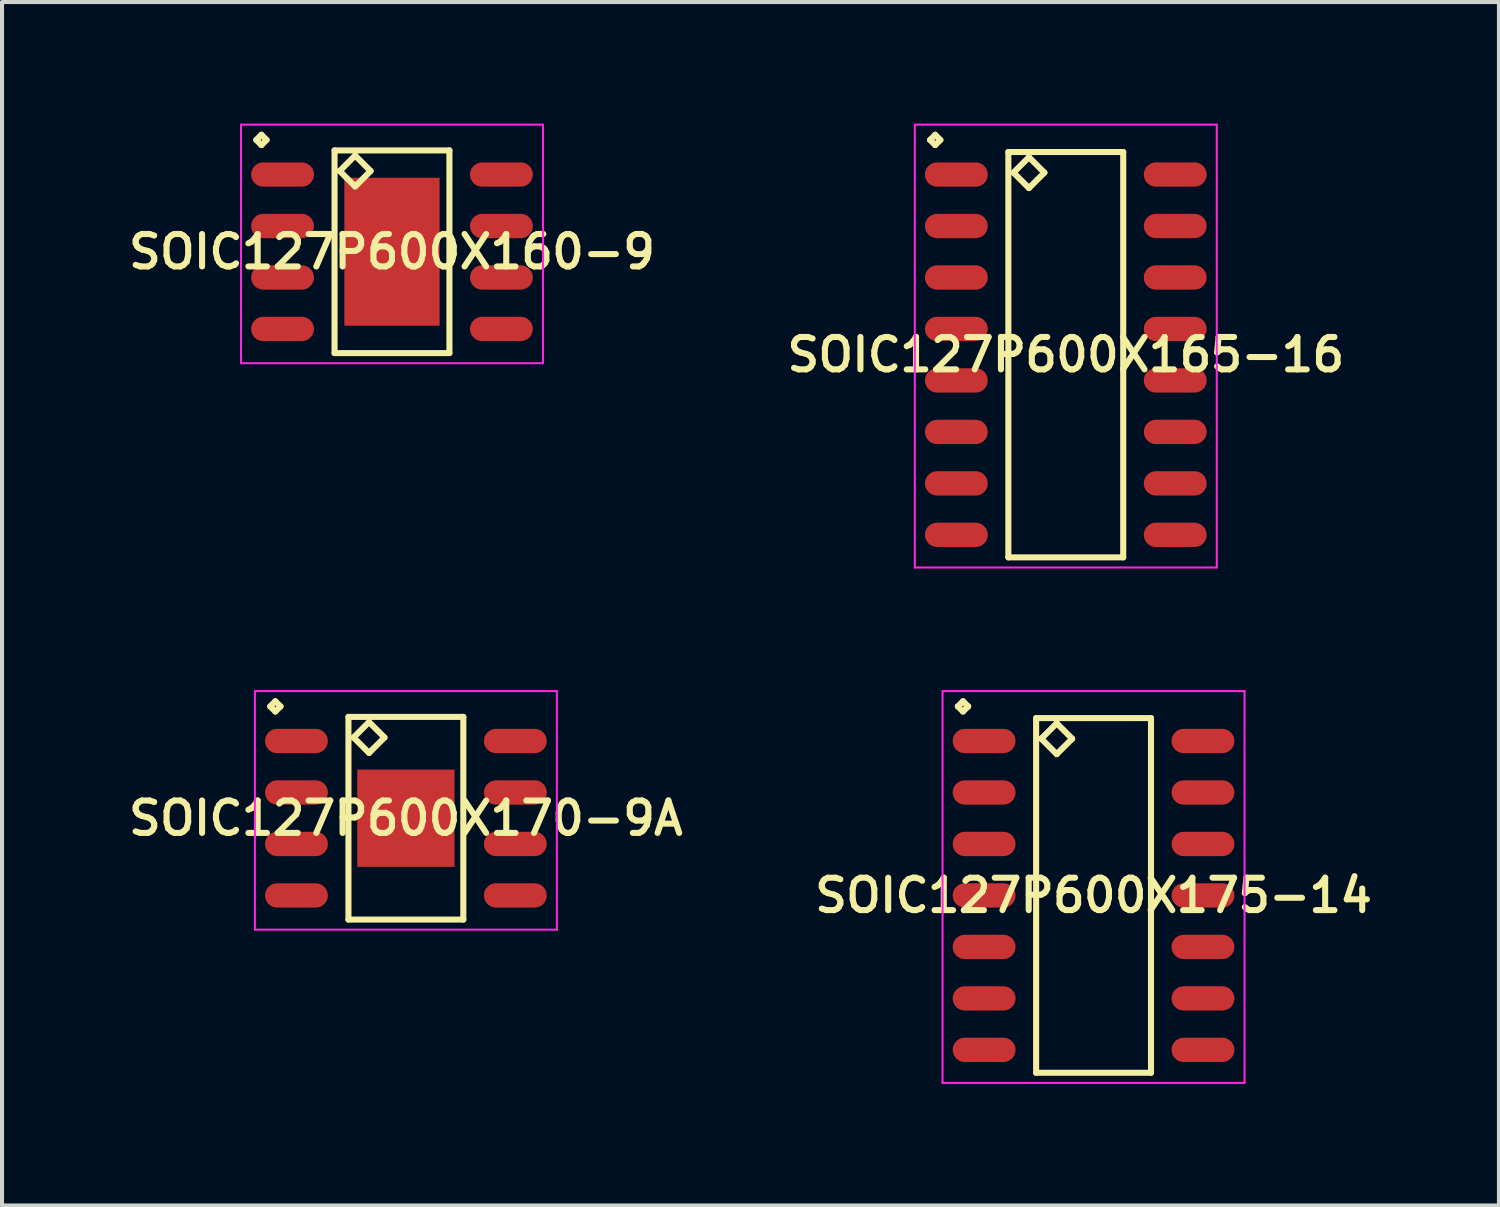
<source format=kicad_pcb>
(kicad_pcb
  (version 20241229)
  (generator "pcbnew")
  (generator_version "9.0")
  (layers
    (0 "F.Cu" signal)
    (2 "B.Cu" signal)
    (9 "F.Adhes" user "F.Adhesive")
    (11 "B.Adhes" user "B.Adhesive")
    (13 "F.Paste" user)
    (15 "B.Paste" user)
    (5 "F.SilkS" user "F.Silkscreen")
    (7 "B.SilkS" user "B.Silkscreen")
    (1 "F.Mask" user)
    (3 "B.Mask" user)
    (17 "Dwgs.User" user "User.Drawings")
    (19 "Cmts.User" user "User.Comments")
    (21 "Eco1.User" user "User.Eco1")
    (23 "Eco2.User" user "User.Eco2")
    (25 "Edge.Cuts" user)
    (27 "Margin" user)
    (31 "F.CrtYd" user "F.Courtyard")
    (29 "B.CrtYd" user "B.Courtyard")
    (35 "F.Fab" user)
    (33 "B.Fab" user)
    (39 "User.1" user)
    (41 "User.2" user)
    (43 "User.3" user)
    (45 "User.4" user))
  (footprint "SOIC127P600X165-16"
    (layer "F.Cu")
    (at 23.245 5.701)
    (property "Reference" "SOIC127P600X165-16" (at 0 0 0) (layer "F.SilkS") (effects (font (size 0.8 0.8) (thickness 0.15))))
    (attr smd)
    (fp_line (start -3.348 -5.299) (end -3.221 -5.426) (stroke (width 0.15) (type solid)) (layer "F.SilkS"))
    (fp_line (start -3.221 -5.426) (end -3.094 -5.299) (stroke (width 0.15) (type solid)) (layer "F.SilkS"))
    (fp_line (start -3.221 -5.172) (end -3.348 -5.299) (stroke (width 0.15) (type solid)) (layer "F.SilkS"))
    (fp_line (start -3.094 -5.299) (end -3.221 -5.172) (stroke (width 0.15) (type solid)) (layer "F.SilkS"))
    (fp_line (start -1.417 -5) (end -1.417 5) (stroke (width 0.15) (type solid)) (layer "F.SilkS"))
    (fp_line (start -1.417 5) (end 1.417 5) (stroke (width 0.15) (type solid)) (layer "F.SilkS"))
    (fp_line (start -1.29 -4.492) (end -0.909 -4.873) (stroke (width 0.15) (type solid)) (layer "F.SilkS"))
    (fp_line (start -0.909 -4.873) (end -0.528 -4.492) (stroke (width 0.15) (type solid)) (layer "F.SilkS"))
    (fp_line (start -0.909 -4.111) (end -1.29 -4.492) (stroke (width 0.15) (type solid)) (layer "F.SilkS"))
    (fp_line (start -0.528 -4.492) (end -0.909 -4.111) (stroke (width 0.15) (type solid)) (layer "F.SilkS"))
    (fp_line (start 1.417 -5) (end -1.417 -5) (stroke (width 0.15) (type solid)) (layer "F.SilkS"))
    (fp_line (start 1.417 5) (end 1.417 -5) (stroke (width 0.15) (type solid)) (layer "F.SilkS"))
    (fp_line (start -3.725 -5.676) (end 3.725 -5.676) (stroke (width 0.05) (type solid)) (layer "F.CrtYd"))
    (fp_line (start -3.725 5.25) (end -3.725 -5.676) (stroke (width 0.05) (type solid)) (layer "F.CrtYd"))
    (fp_line (start 3.725 -5.676) (end 3.725 5.25) (stroke (width 0.05) (type solid)) (layer "F.CrtYd"))
    (fp_line (start 3.725 5.25) (end -3.725 5.25) (stroke (width 0.05) (type solid)) (layer "F.CrtYd"))
    (pad "1" smd oval (at -2.7 -4.445) (size 1.55 0.6) (layers "F.Cu" "F.Mask" "F.Paste"))
    (pad "2" smd oval (at -2.7 -3.175) (size 1.55 0.6) (layers "F.Cu" "F.Mask" "F.Paste"))
    (pad "3" smd oval (at -2.7 -1.905) (size 1.55 0.6) (layers "F.Cu" "F.Mask" "F.Paste"))
    (pad "4" smd oval (at -2.7 -0.635) (size 1.55 0.6) (layers "F.Cu" "F.Mask" "F.Paste"))
    (pad "5" smd oval (at -2.7 0.635) (size 1.55 0.6) (layers "F.Cu" "F.Mask" "F.Paste"))
    (pad "6" smd oval (at -2.7 1.905) (size 1.55 0.6) (layers "F.Cu" "F.Mask" "F.Paste"))
    (pad "7" smd oval (at -2.7 3.175) (size 1.55 0.6) (layers "F.Cu" "F.Mask" "F.Paste"))
    (pad "8" smd oval (at -2.7 4.445) (size 1.55 0.6) (layers "F.Cu" "F.Mask" "F.Paste"))
    (pad "9" smd oval (at 2.7 4.445) (size 1.55 0.6) (layers "F.Cu" "F.Mask" "F.Paste"))
    (pad "10" smd oval (at 2.7 3.175) (size 1.55 0.6) (layers "F.Cu" "F.Mask" "F.Paste"))
    (pad "11" smd oval (at 2.7 1.905) (size 1.55 0.6) (layers "F.Cu" "F.Mask" "F.Paste"))
    (pad "12" smd oval (at 2.7 0.635) (size 1.55 0.6) (layers "F.Cu" "F.Mask" "F.Paste"))
    (pad "13" smd oval (at 2.7 -0.635) (size 1.55 0.6) (layers "F.Cu" "F.Mask" "F.Paste"))
    (pad "14" smd oval (at 2.7 -1.905) (size 1.55 0.6) (layers "F.Cu" "F.Mask" "F.Paste"))
    (pad "15" smd oval (at 2.7 -3.175) (size 1.55 0.6) (layers "F.Cu" "F.Mask" "F.Paste"))
    (pad "16" smd oval (at 2.7 -4.445) (size 1.55 0.6) (layers "F.Cu" "F.Mask" "F.Paste")))
  (footprint "SOIC127P600X170-9A"
    (layer "F.Cu")
    (at 6.964 17.137)
    (property "Reference" "SOIC127P600X170-9A" (at 0 0 0) (layer "F.SilkS") (effects (font (size 0.8 0.8) (thickness 0.15))))
    (attr smd)
    (fp_line (start -3.348 -2.759) (end -3.221 -2.886) (stroke (width 0.15) (type solid)) (layer "F.SilkS"))
    (fp_line (start -3.221 -2.886) (end -3.094 -2.759) (stroke (width 0.15) (type solid)) (layer "F.SilkS"))
    (fp_line (start -3.221 -2.632) (end -3.348 -2.759) (stroke (width 0.15) (type solid)) (layer "F.SilkS"))
    (fp_line (start -3.094 -2.759) (end -3.221 -2.632) (stroke (width 0.15) (type solid)) (layer "F.SilkS"))
    (fp_line (start -1.417 -2.5) (end -1.417 2.5) (stroke (width 0.15) (type solid)) (layer "F.SilkS"))
    (fp_line (start -1.417 2.5) (end 1.417 2.5) (stroke (width 0.15) (type solid)) (layer "F.SilkS"))
    (fp_line (start -1.29 -1.992) (end -0.909 -2.373) (stroke (width 0.15) (type solid)) (layer "F.SilkS"))
    (fp_line (start -0.909 -2.373) (end -0.528 -1.992) (stroke (width 0.15) (type solid)) (layer "F.SilkS"))
    (fp_line (start -0.909 -1.611) (end -1.29 -1.992) (stroke (width 0.15) (type solid)) (layer "F.SilkS"))
    (fp_line (start -0.528 -1.992) (end -0.909 -1.611) (stroke (width 0.15) (type solid)) (layer "F.SilkS"))
    (fp_line (start 1.417 -2.5) (end -1.417 -2.5) (stroke (width 0.15) (type solid)) (layer "F.SilkS"))
    (fp_line (start 1.417 2.5) (end 1.417 -2.5) (stroke (width 0.15) (type solid)) (layer "F.SilkS"))
    (fp_line (start -3.725 -3.136) (end 3.725 -3.136) (stroke (width 0.05) (type solid)) (layer "F.CrtYd"))
    (fp_line (start -3.725 2.75) (end -3.725 -3.136) (stroke (width 0.05) (type solid)) (layer "F.CrtYd"))
    (fp_line (start 3.725 -3.136) (end 3.725 2.75) (stroke (width 0.05) (type solid)) (layer "F.CrtYd"))
    (fp_line (start 3.725 2.75) (end -3.725 2.75) (stroke (width 0.05) (type solid)) (layer "F.CrtYd"))
    (pad "1" smd oval (at -2.7 -1.905) (size 1.55 0.6) (layers "F.Cu" "F.Mask" "F.Paste"))
    (pad "2" smd oval (at -2.7 -0.635) (size 1.55 0.6) (layers "F.Cu" "F.Mask" "F.Paste"))
    (pad "3" smd oval (at -2.7 0.635) (size 1.55 0.6) (layers "F.Cu" "F.Mask" "F.Paste"))
    (pad "4" smd oval (at -2.7 1.905) (size 1.55 0.6) (layers "F.Cu" "F.Mask" "F.Paste"))
    (pad "5" smd oval (at 2.7 1.905) (size 1.55 0.6) (layers "F.Cu" "F.Mask" "F.Paste"))
    (pad "6" smd oval (at 2.7 0.635) (size 1.55 0.6) (layers "F.Cu" "F.Mask" "F.Paste"))
    (pad "7" smd oval (at 2.7 -0.635) (size 1.55 0.6) (layers "F.Cu" "F.Mask" "F.Paste"))
    (pad "8" smd oval (at 2.7 -1.905) (size 1.55 0.6) (layers "F.Cu" "F.Mask" "F.Paste"))
    (pad "9" smd rect (at 0 0) (size 2.4 2.4) (layers "F.Cu" "F.Mask" "F.Paste")))
  (footprint "SOIC127P600X175-14"
    (layer "F.Cu")
    (at 23.93 19.042)
    (property "Reference" "SOIC127P600X175-14" (at 0 0 0) (layer "F.SilkS") (effects (font (size 0.8 0.8) (thickness 0.15))))
    (attr smd)
    (fp_line (start -3.348 -4.664) (end -3.221 -4.791) (stroke (width 0.15) (type solid)) (layer "F.SilkS"))
    (fp_line (start -3.221 -4.791) (end -3.094 -4.664) (stroke (width 0.15) (type solid)) (layer "F.SilkS"))
    (fp_line (start -3.221 -4.537) (end -3.348 -4.664) (stroke (width 0.15) (type solid)) (layer "F.SilkS"))
    (fp_line (start -3.094 -4.664) (end -3.221 -4.537) (stroke (width 0.15) (type solid)) (layer "F.SilkS"))
    (fp_line (start -1.417 -4.375) (end -1.417 4.375) (stroke (width 0.15) (type solid)) (layer "F.SilkS"))
    (fp_line (start -1.417 4.375) (end 1.417 4.375) (stroke (width 0.15) (type solid)) (layer "F.SilkS"))
    (fp_line (start -1.29 -3.867) (end -0.909 -4.248) (stroke (width 0.15) (type solid)) (layer "F.SilkS"))
    (fp_line (start -0.909 -4.248) (end -0.528 -3.867) (stroke (width 0.15) (type solid)) (layer "F.SilkS"))
    (fp_line (start -0.909 -3.486) (end -1.29 -3.867) (stroke (width 0.15) (type solid)) (layer "F.SilkS"))
    (fp_line (start -0.528 -3.867) (end -0.909 -3.486) (stroke (width 0.15) (type solid)) (layer "F.SilkS"))
    (fp_line (start 1.417 -4.375) (end -1.417 -4.375) (stroke (width 0.15) (type solid)) (layer "F.SilkS"))
    (fp_line (start 1.417 4.375) (end 1.417 -4.375) (stroke (width 0.15) (type solid)) (layer "F.SilkS"))
    (fp_line (start -3.725 -5.041) (end 3.725 -5.041) (stroke (width 0.05) (type solid)) (layer "F.CrtYd"))
    (fp_line (start -3.725 4.625) (end -3.725 -5.041) (stroke (width 0.05) (type solid)) (layer "F.CrtYd"))
    (fp_line (start 3.725 -5.041) (end 3.725 4.625) (stroke (width 0.05) (type solid)) (layer "F.CrtYd"))
    (fp_line (start 3.725 4.625) (end -3.725 4.625) (stroke (width 0.05) (type solid)) (layer "F.CrtYd"))
    (pad "1" smd oval (at -2.7 -3.81) (size 1.55 0.6) (layers "F.Cu" "F.Mask" "F.Paste"))
    (pad "2" smd oval (at -2.7 -2.54) (size 1.55 0.6) (layers "F.Cu" "F.Mask" "F.Paste"))
    (pad "3" smd oval (at -2.7 -1.27) (size 1.55 0.6) (layers "F.Cu" "F.Mask" "F.Paste"))
    (pad "4" smd oval (at -2.7 0) (size 1.55 0.6) (layers "F.Cu" "F.Mask" "F.Paste"))
    (pad "5" smd oval (at -2.7 1.27) (size 1.55 0.6) (layers "F.Cu" "F.Mask" "F.Paste"))
    (pad "6" smd oval (at -2.7 2.54) (size 1.55 0.6) (layers "F.Cu" "F.Mask" "F.Paste"))
    (pad "7" smd oval (at -2.7 3.81) (size 1.55 0.6) (layers "F.Cu" "F.Mask" "F.Paste"))
    (pad "8" smd oval (at 2.7 3.81) (size 1.55 0.6) (layers "F.Cu" "F.Mask" "F.Paste"))
    (pad "9" smd oval (at 2.7 2.54) (size 1.55 0.6) (layers "F.Cu" "F.Mask" "F.Paste"))
    (pad "10" smd oval (at 2.7 1.27) (size 1.55 0.6) (layers "F.Cu" "F.Mask" "F.Paste"))
    (pad "11" smd oval (at 2.7 0) (size 1.55 0.6) (layers "F.Cu" "F.Mask" "F.Paste"))
    (pad "12" smd oval (at 2.7 -1.27) (size 1.55 0.6) (layers "F.Cu" "F.Mask" "F.Paste"))
    (pad "13" smd oval (at 2.7 -2.54) (size 1.55 0.6) (layers "F.Cu" "F.Mask" "F.Paste"))
    (pad "14" smd oval (at 2.7 -3.81) (size 1.55 0.6) (layers "F.Cu" "F.Mask" "F.Paste")))
  (footprint "SOIC127P600X160-9"
    (layer "F.Cu")
    (at 6.621 3.161)
    (property "Reference" "SOIC127P600X160-9" (at 0 0 0) (layer "F.SilkS") (effects (font (size 0.8 0.8) (thickness 0.15))))
    (attr smd)
    (fp_line (start -3.348 -2.759) (end -3.221 -2.886) (stroke (width 0.15) (type solid)) (layer "F.SilkS"))
    (fp_line (start -3.221 -2.886) (end -3.094 -2.759) (stroke (width 0.15) (type solid)) (layer "F.SilkS"))
    (fp_line (start -3.221 -2.632) (end -3.348 -2.759) (stroke (width 0.15) (type solid)) (layer "F.SilkS"))
    (fp_line (start -3.094 -2.759) (end -3.221 -2.632) (stroke (width 0.15) (type solid)) (layer "F.SilkS"))
    (fp_line (start -1.417 -2.5) (end -1.417 2.5) (stroke (width 0.15) (type solid)) (layer "F.SilkS"))
    (fp_line (start -1.417 2.5) (end 1.417 2.5) (stroke (width 0.15) (type solid)) (layer "F.SilkS"))
    (fp_line (start -1.29 -1.992) (end -0.909 -2.373) (stroke (width 0.15) (type solid)) (layer "F.SilkS"))
    (fp_line (start -0.909 -2.373) (end -0.528 -1.992) (stroke (width 0.15) (type solid)) (layer "F.SilkS"))
    (fp_line (start -0.909 -1.611) (end -1.29 -1.992) (stroke (width 0.15) (type solid)) (layer "F.SilkS"))
    (fp_line (start -0.528 -1.992) (end -0.909 -1.611) (stroke (width 0.15) (type solid)) (layer "F.SilkS"))
    (fp_line (start 1.417 -2.5) (end -1.417 -2.5) (stroke (width 0.15) (type solid)) (layer "F.SilkS"))
    (fp_line (start 1.417 2.5) (end 1.417 -2.5) (stroke (width 0.15) (type solid)) (layer "F.SilkS"))
    (fp_line (start -3.725 -3.136) (end 3.725 -3.136) (stroke (width 0.05) (type solid)) (layer "F.CrtYd"))
    (fp_line (start -3.725 2.75) (end -3.725 -3.136) (stroke (width 0.05) (type solid)) (layer "F.CrtYd"))
    (fp_line (start 3.725 -3.136) (end 3.725 2.75) (stroke (width 0.05) (type solid)) (layer "F.CrtYd"))
    (fp_line (start 3.725 2.75) (end -3.725 2.75) (stroke (width 0.05) (type solid)) (layer "F.CrtYd"))
    (pad "1" smd oval (at -2.7 -1.905) (size 1.55 0.6) (layers "F.Cu" "F.Mask" "F.Paste"))
    (pad "2" smd oval (at -2.7 -0.635) (size 1.55 0.6) (layers "F.Cu" "F.Mask" "F.Paste"))
    (pad "3" smd oval (at -2.7 0.635) (size 1.55 0.6) (layers "F.Cu" "F.Mask" "F.Paste"))
    (pad "4" smd oval (at -2.7 1.905) (size 1.55 0.6) (layers "F.Cu" "F.Mask" "F.Paste"))
    (pad "5" smd oval (at 2.7 1.905) (size 1.55 0.6) (layers "F.Cu" "F.Mask" "F.Paste"))
    (pad "6" smd oval (at 2.7 0.635) (size 1.55 0.6) (layers "F.Cu" "F.Mask" "F.Paste"))
    (pad "7" smd oval (at 2.7 -0.635) (size 1.55 0.6) (layers "F.Cu" "F.Mask" "F.Paste"))
    (pad "8" smd oval (at 2.7 -1.905) (size 1.55 0.6) (layers "F.Cu" "F.Mask" "F.Paste"))
    (pad "9" smd rect (at 0 0) (size 2.35 3.65) (layers "F.Cu" "F.Mask" "F.Paste")))
  (gr_rect
    (start -3 -3)
    (end 33.932 26.692)
    (stroke (width 0.1) (type default))
    (fill no)
    (layer "Edge.Cuts")))
</source>
